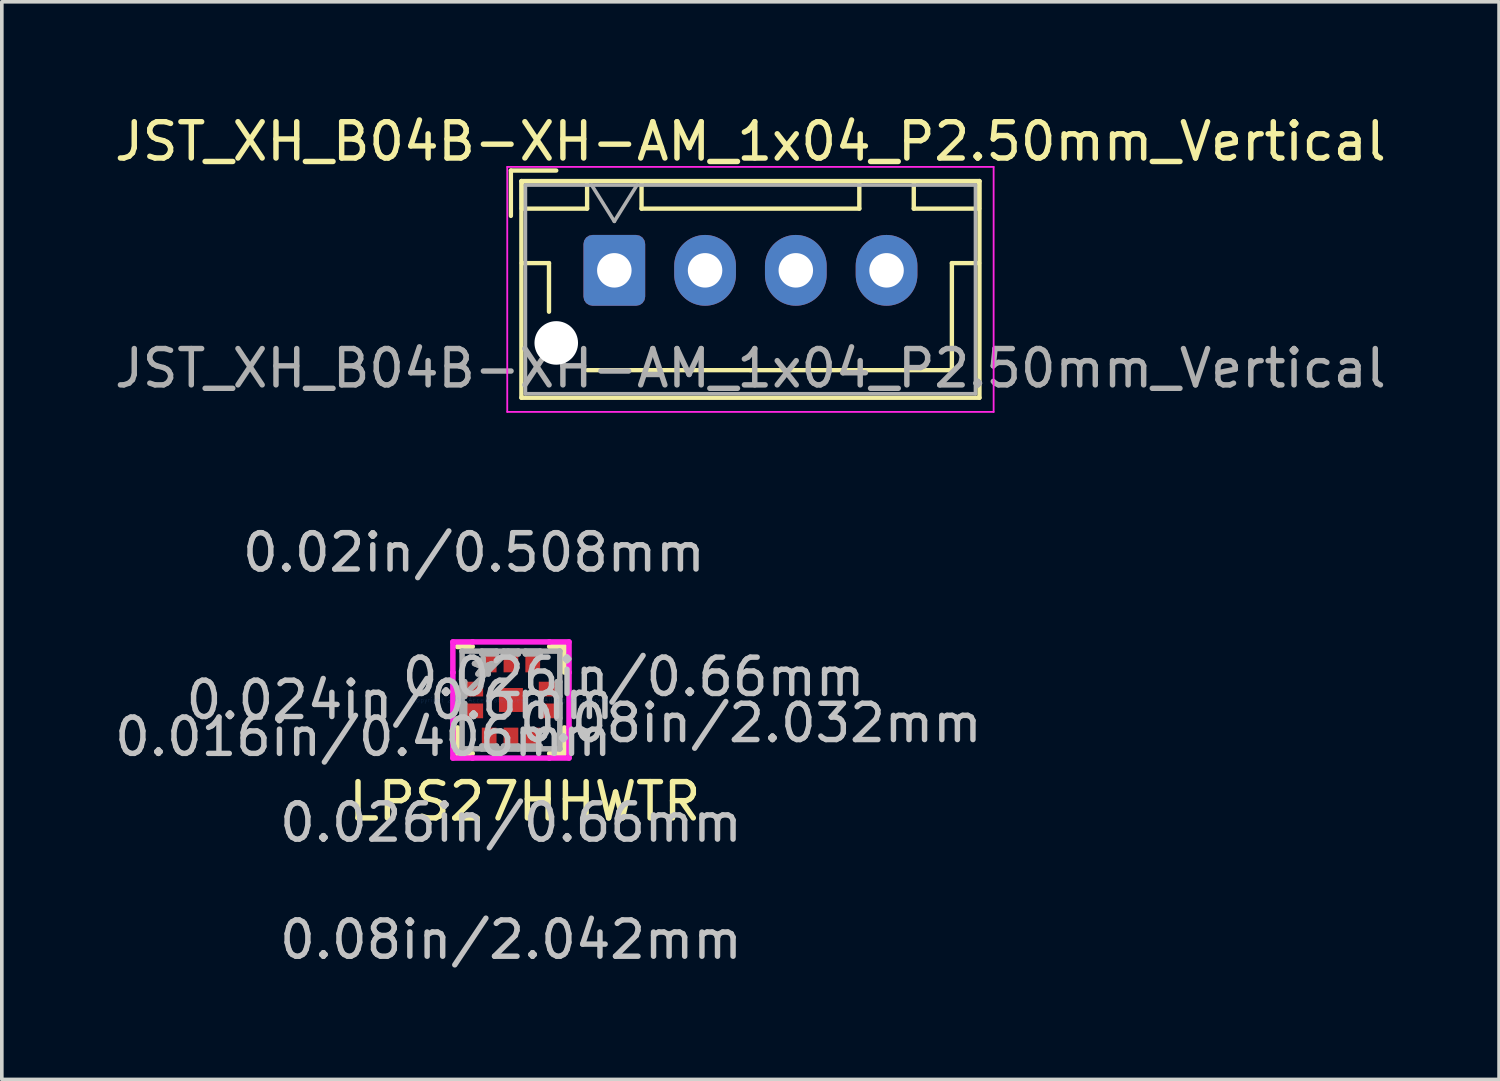
<source format=kicad_pcb>
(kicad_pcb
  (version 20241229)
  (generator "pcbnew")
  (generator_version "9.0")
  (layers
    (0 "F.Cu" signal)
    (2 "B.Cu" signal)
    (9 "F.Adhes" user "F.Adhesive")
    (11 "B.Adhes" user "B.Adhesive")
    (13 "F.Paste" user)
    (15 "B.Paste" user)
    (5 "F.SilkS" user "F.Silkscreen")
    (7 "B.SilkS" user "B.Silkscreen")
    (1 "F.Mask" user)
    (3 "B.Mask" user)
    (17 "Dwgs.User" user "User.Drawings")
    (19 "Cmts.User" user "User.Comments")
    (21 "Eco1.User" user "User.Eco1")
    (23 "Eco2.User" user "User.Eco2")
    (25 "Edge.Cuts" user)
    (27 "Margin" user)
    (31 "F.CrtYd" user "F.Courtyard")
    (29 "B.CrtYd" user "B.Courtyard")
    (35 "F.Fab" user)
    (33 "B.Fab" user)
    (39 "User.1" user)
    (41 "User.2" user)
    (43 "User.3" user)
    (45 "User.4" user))
  (footprint "LPS27HHWTR"
    (layer "F.Cu")
    (at 11.027 16.235)
    (property "Reference" "LPS27HHWTR" (at 0.381 2.794 0) (layer "F.SilkS") (effects (font (size 1 1) (thickness 0.15))))
    (attr through_hole)
    (fp_line (start -1.473 0.77) (end -1.473 1.473) (stroke (width 0.152) (type solid)) (layer "F.SilkS"))
    (fp_line (start -1.473 1.473) (end -1.067 1.473) (stroke (width 0.152) (type solid)) (layer "F.SilkS"))
    (fp_line (start -1.067 -1.473) (end -1.473 -1.473) (stroke (width 0.152) (type solid)) (layer "F.SilkS"))
    (fp_line (start 1.067 1.473) (end 1.473 1.473) (stroke (width 0.152) (type solid)) (layer "F.SilkS"))
    (fp_line (start 1.473 -1.473) (end 1.067 -1.473) (stroke (width 0.152) (type solid)) (layer "F.SilkS"))
    (fp_line (start 1.473 -0.77) (end 1.473 -1.473) (stroke (width 0.152) (type solid)) (layer "F.SilkS"))
    (fp_line (start 1.473 1.473) (end 1.473 0.77) (stroke (width 0.152) (type solid)) (layer "F.SilkS"))
    (fp_line (start -1.6 -1.6) (end -1.057 -1.6) (stroke (width 0.152) (type solid)) (layer "F.CrtYd"))
    (fp_line (start -1.6 -0.757) (end -1.6 -1.6) (stroke (width 0.152) (type solid)) (layer "F.CrtYd"))
    (fp_line (start -1.6 -0.757) (end -1.6 -0.757) (stroke (width 0.152) (type solid)) (layer "F.CrtYd"))
    (fp_line (start -1.6 0.757) (end -1.6 -0.757) (stroke (width 0.152) (type solid)) (layer "F.CrtYd"))
    (fp_line (start -1.6 0.757) (end -1.6 0.757) (stroke (width 0.152) (type solid)) (layer "F.CrtYd"))
    (fp_line (start -1.6 1.6) (end -1.6 0.757) (stroke (width 0.152) (type solid)) (layer "F.CrtYd"))
    (fp_line (start -1.057 -1.6) (end -1.057 -1.6) (stroke (width 0.152) (type solid)) (layer "F.CrtYd"))
    (fp_line (start -1.057 -1.6) (end 1.057 -1.6) (stroke (width 0.152) (type solid)) (layer "F.CrtYd"))
    (fp_line (start -1.057 1.6) (end -1.6 1.6) (stroke (width 0.152) (type solid)) (layer "F.CrtYd"))
    (fp_line (start -1.057 1.6) (end -1.057 1.6) (stroke (width 0.152) (type solid)) (layer "F.CrtYd"))
    (fp_line (start 1.057 -1.6) (end 1.057 -1.6) (stroke (width 0.152) (type solid)) (layer "F.CrtYd"))
    (fp_line (start 1.057 -1.6) (end 1.6 -1.6) (stroke (width 0.152) (type solid)) (layer "F.CrtYd"))
    (fp_line (start 1.057 1.6) (end -1.057 1.6) (stroke (width 0.152) (type solid)) (layer "F.CrtYd"))
    (fp_line (start 1.057 1.6) (end 1.057 1.6) (stroke (width 0.152) (type solid)) (layer "F.CrtYd"))
    (fp_line (start 1.6 -1.6) (end 1.6 -0.757) (stroke (width 0.152) (type solid)) (layer "F.CrtYd"))
    (fp_line (start 1.6 -0.757) (end 1.6 -0.757) (stroke (width 0.152) (type solid)) (layer "F.CrtYd"))
    (fp_line (start 1.6 -0.757) (end 1.6 0.757) (stroke (width 0.152) (type solid)) (layer "F.CrtYd"))
    (fp_line (start 1.6 0.757) (end 1.6 0.757) (stroke (width 0.152) (type solid)) (layer "F.CrtYd"))
    (fp_line (start 1.6 0.757) (end 1.6 1.6) (stroke (width 0.152) (type solid)) (layer "F.CrtYd"))
    (fp_line (start 1.6 1.6) (end 1.057 1.6) (stroke (width 0.152) (type solid)) (layer "F.CrtYd"))
    (fp_line (start -1.346 -1.346) (end -1.346 -1.346) (stroke (width 0.152) (type solid)) (layer "F.Fab"))
    (fp_line (start -1.346 -1.346) (end -1.346 1.346) (stroke (width 0.152) (type solid)) (layer "F.Fab"))
    (fp_line (start -1.346 -0.503) (end -1.275 -0.503) (stroke (width 0.152) (type solid)) (layer "F.Fab"))
    (fp_line (start -1.346 -0.097) (end -1.346 -0.503) (stroke (width 0.152) (type solid)) (layer "F.Fab"))
    (fp_line (start -1.346 -0.076) (end -0.076 -1.346) (stroke (width 0.152) (type solid)) (layer "F.Fab"))
    (fp_line (start -1.346 0.097) (end -1.275 0.097) (stroke (width 0.152) (type solid)) (layer "F.Fab"))
    (fp_line (start -1.346 0.503) (end -1.346 0.097) (stroke (width 0.152) (type solid)) (layer "F.Fab"))
    (fp_line (start -1.346 1.346) (end -1.346 1.346) (stroke (width 0.152) (type solid)) (layer "F.Fab"))
    (fp_line (start -1.346 1.346) (end 1.346 1.346) (stroke (width 0.152) (type solid)) (layer "F.Fab"))
    (fp_line (start -1.275 -0.503) (end -1.275 -0.097) (stroke (width 0.152) (type solid)) (layer "F.Fab"))
    (fp_line (start -1.275 -0.097) (end -1.346 -0.097) (stroke (width 0.152) (type solid)) (layer "F.Fab"))
    (fp_line (start -1.275 0.097) (end -1.275 0.503) (stroke (width 0.152) (type solid)) (layer "F.Fab"))
    (fp_line (start -1.275 0.503) (end -1.346 0.503) (stroke (width 0.152) (type solid)) (layer "F.Fab"))
    (fp_line (start -0.803 -1.346) (end -0.397 -1.346) (stroke (width 0.152) (type solid)) (layer "F.Fab"))
    (fp_line (start -0.803 -1.27) (end -0.803 -1.346) (stroke (width 0.152) (type solid)) (layer "F.Fab"))
    (fp_line (start -0.803 1.27) (end -0.397 1.27) (stroke (width 0.152) (type solid)) (layer "F.Fab"))
    (fp_line (start -0.803 1.346) (end -0.803 1.27) (stroke (width 0.152) (type solid)) (layer "F.Fab"))
    (fp_line (start -0.397 -1.346) (end -0.397 -1.27) (stroke (width 0.152) (type solid)) (layer "F.Fab"))
    (fp_line (start -0.397 -1.27) (end -0.803 -1.27) (stroke (width 0.152) (type solid)) (layer "F.Fab"))
    (fp_line (start -0.397 1.27) (end -0.397 1.346) (stroke (width 0.152) (type solid)) (layer "F.Fab"))
    (fp_line (start -0.397 1.346) (end -0.803 1.346) (stroke (width 0.152) (type solid)) (layer "F.Fab"))
    (fp_line (start -0.203 -1.346) (end 0.203 -1.346) (stroke (width 0.152) (type solid)) (layer "F.Fab"))
    (fp_line (start -0.203 -1.27) (end -0.203 -1.346) (stroke (width 0.152) (type solid)) (layer "F.Fab"))
    (fp_line (start -0.203 1.27) (end 0.203 1.27) (stroke (width 0.152) (type solid)) (layer "F.Fab"))
    (fp_line (start -0.203 1.346) (end -0.203 1.27) (stroke (width 0.152) (type solid)) (layer "F.Fab"))
    (fp_line (start 0.203 -1.346) (end 0.203 -1.27) (stroke (width 0.152) (type solid)) (layer "F.Fab"))
    (fp_line (start 0.203 -1.27) (end -0.203 -1.27) (stroke (width 0.152) (type solid)) (layer "F.Fab"))
    (fp_line (start 0.203 1.27) (end 0.203 1.346) (stroke (width 0.152) (type solid)) (layer "F.Fab"))
    (fp_line (start 0.203 1.346) (end -0.203 1.346) (stroke (width 0.152) (type solid)) (layer "F.Fab"))
    (fp_line (start 0.397 -1.346) (end 0.803 -1.346) (stroke (width 0.152) (type solid)) (layer "F.Fab"))
    (fp_line (start 0.397 -1.27) (end 0.397 -1.346) (stroke (width 0.152) (type solid)) (layer "F.Fab"))
    (fp_line (start 0.397 1.27) (end 0.803 1.27) (stroke (width 0.152) (type solid)) (layer "F.Fab"))
    (fp_line (start 0.397 1.346) (end 0.397 1.27) (stroke (width 0.152) (type solid)) (layer "F.Fab"))
    (fp_line (start 0.803 -1.346) (end 0.803 -1.27) (stroke (width 0.152) (type solid)) (layer "F.Fab"))
    (fp_line (start 0.803 -1.27) (end 0.397 -1.27) (stroke (width 0.152) (type solid)) (layer "F.Fab"))
    (fp_line (start 0.803 1.27) (end 0.803 1.346) (stroke (width 0.152) (type solid)) (layer "F.Fab"))
    (fp_line (start 0.803 1.346) (end 0.397 1.346) (stroke (width 0.152) (type solid)) (layer "F.Fab"))
    (fp_line (start 1.275 -0.503) (end 1.346 -0.503) (stroke (width 0.152) (type solid)) (layer "F.Fab"))
    (fp_line (start 1.275 -0.097) (end 1.275 -0.503) (stroke (width 0.152) (type solid)) (layer "F.Fab"))
    (fp_line (start 1.275 0.097) (end 1.346 0.097) (stroke (width 0.152) (type solid)) (layer "F.Fab"))
    (fp_line (start 1.275 0.503) (end 1.275 0.097) (stroke (width 0.152) (type solid)) (layer "F.Fab"))
    (fp_line (start 1.346 -1.346) (end -1.346 -1.346) (stroke (width 0.152) (type solid)) (layer "F.Fab"))
    (fp_line (start 1.346 -1.346) (end 1.346 -1.346) (stroke (width 0.152) (type solid)) (layer "F.Fab"))
    (fp_line (start 1.346 -0.503) (end 1.346 -0.097) (stroke (width 0.152) (type solid)) (layer "F.Fab"))
    (fp_line (start 1.346 -0.097) (end 1.275 -0.097) (stroke (width 0.152) (type solid)) (layer "F.Fab"))
    (fp_line (start 1.346 0.097) (end 1.346 0.503) (stroke (width 0.152) (type solid)) (layer "F.Fab"))
    (fp_line (start 1.346 0.503) (end 1.275 0.503) (stroke (width 0.152) (type solid)) (layer "F.Fab"))
    (fp_line (start 1.346 1.346) (end 1.346 -1.346) (stroke (width 0.152) (type solid)) (layer "F.Fab"))
    (fp_line (start 1.346 1.346) (end 1.346 1.346) (stroke (width 0.152) (type solid)) (layer "F.Fab"))
    (fp_text user "0.02in/0.508mm" (at -1.021 -4.064 0) (layer "Dwgs.User") (effects (font (size 1 1) (thickness 0.15))))
    (fp_text user "0.08in/2.032mm" (at 6.609 0.635 0) (layer "Dwgs.User") (effects (font (size 1 1) (thickness 0.15))))
    (fp_text user "0.08in/2.042mm" (at 0 6.604 0) (layer "Dwgs.User") (effects (font (size 1 1) (thickness 0.15))))
    (fp_text user "0.024in/0.6mm" (at -3.053 0 0) (layer "Dwgs.User") (effects (font (size 1 1) (thickness 0.15))))
    (fp_text user "0.016in/0.406mm" (at -4.069 1.016 0) (layer "Dwgs.User") (effects (font (size 1 1) (thickness 0.15))))
    (fp_text user "0.026in/0.66mm" (at 0 3.378 0) (layer "Dwgs.User") (effects (font (size 1 1) (thickness 0.15))))
    (fp_text user "0.026in/0.66mm" (at 3.378 -0.635 0) (layer "Dwgs.User") (effects (font (size 1 1) (thickness 0.15))))
    (fp_text user "Copyright 2016 Accelerated Designs. All rights reserved." (at 0 0 0) (layer "Cmts.User") (effects (font (size 0.127 0.127) (thickness 0.002))))
    (fp_text user "*" (at -0.767 -0.6 0) (layer "F.Fab") (effects (font (size 1 1) (thickness 0.15))))
    (fp_text user "*" (at -0.767 -0.6 0) (layer "F.Fab") (effects (font (size 1 1) (thickness 0.15))))
    (pad "1" smd rect (at -1.021 -0.3 90) (size 0.406 0.508) (layers "F.Cu" "F.Mask" "F.Paste"))
    (pad "2" smd rect (at -1.021 0.3 90) (size 0.406 0.508) (layers "F.Cu" "F.Mask" "F.Paste"))
    (pad "3" smd rect (at -0.6 1.016) (size 0.406 0.508) (layers "F.Cu" "F.Mask" "F.Paste"))
    (pad "4" smd rect (at 0 1.016) (size 0.406 0.508) (layers "F.Cu" "F.Mask" "F.Paste"))
    (pad "5" smd rect (at 0.6 1.016) (size 0.406 0.508) (layers "F.Cu" "F.Mask" "F.Paste"))
    (pad "6" smd rect (at 1.021 0.3 90) (size 0.406 0.508) (layers "F.Cu" "F.Mask" "F.Paste"))
    (pad "7" smd rect (at 1.021 -0.3 90) (size 0.406 0.508) (layers "F.Cu" "F.Mask" "F.Paste"))
    (pad "8" smd rect (at 0.6 -1.016) (size 0.406 0.508) (layers "F.Cu" "F.Mask" "F.Paste"))
    (pad "9" smd rect (at 0 -1.016) (size 0.406 0.508) (layers "F.Cu" "F.Mask" "F.Paste"))
    (pad "10" smd rect (at -0.6 -1.016) (size 0.406 0.508) (layers "F.Cu" "F.Mask" "F.Paste"))
    (pad "11" smd rect (at 0 0) (size 0.66 0.66) (layers "F.Cu" "F.Mask" "F.Paste")))
  (footprint "JST_XH_B04B-XH-AM_1x04_P2.50mm_Vertical"
    (layer "F.Cu")
    (at 13.875 4.398)
    (property "Reference" "JST_XH_B04B-XH-AM_1x04_P2.50mm_Vertical" (at 3.75 -3.55 0) (layer "F.SilkS") (effects (font (size 1 1) (thickness 0.15))))
    (attr through_hole)
    (fp_line (start -2.85 -2.75) (end -2.85 -1.5) (stroke (width 0.12) (type solid)) (layer "F.SilkS"))
    (fp_line (start -2.56 -2.46) (end -2.56 3.51) (stroke (width 0.12) (type solid)) (layer "F.SilkS"))
    (fp_line (start -2.56 3.51) (end 10.06 3.51) (stroke (width 0.12) (type solid)) (layer "F.SilkS"))
    (fp_line (start -2.55 -2.45) (end -2.55 -1.7) (stroke (width 0.12) (type solid)) (layer "F.SilkS"))
    (fp_line (start -2.55 -1.7) (end -0.75 -1.7) (stroke (width 0.12) (type solid)) (layer "F.SilkS"))
    (fp_line (start -2.55 -0.2) (end -1.8 -0.2) (stroke (width 0.12) (type solid)) (layer "F.SilkS"))
    (fp_line (start -1.8 -0.2) (end -1.8 1.14) (stroke (width 0.12) (type solid)) (layer "F.SilkS"))
    (fp_line (start -1.6 -2.75) (end -2.85 -2.75) (stroke (width 0.12) (type solid)) (layer "F.SilkS"))
    (fp_line (start -0.75 -2.45) (end -2.55 -2.45) (stroke (width 0.12) (type solid)) (layer "F.SilkS"))
    (fp_line (start -0.75 -1.7) (end -0.75 -2.45) (stroke (width 0.12) (type solid)) (layer "F.SilkS"))
    (fp_line (start 0.75 -2.45) (end 0.75 -1.7) (stroke (width 0.12) (type solid)) (layer "F.SilkS"))
    (fp_line (start 0.75 -1.7) (end 6.75 -1.7) (stroke (width 0.12) (type solid)) (layer "F.SilkS"))
    (fp_line (start 3.75 2.75) (end -0.74 2.75) (stroke (width 0.12) (type solid)) (layer "F.SilkS"))
    (fp_line (start 6.75 -2.45) (end 0.75 -2.45) (stroke (width 0.12) (type solid)) (layer "F.SilkS"))
    (fp_line (start 6.75 -1.7) (end 6.75 -2.45) (stroke (width 0.12) (type solid)) (layer "F.SilkS"))
    (fp_line (start 8.25 -2.45) (end 8.25 -1.7) (stroke (width 0.12) (type solid)) (layer "F.SilkS"))
    (fp_line (start 8.25 -1.7) (end 10.05 -1.7) (stroke (width 0.12) (type solid)) (layer "F.SilkS"))
    (fp_line (start 9.3 -0.2) (end 9.3 2.75) (stroke (width 0.12) (type solid)) (layer "F.SilkS"))
    (fp_line (start 9.3 2.75) (end 3.75 2.75) (stroke (width 0.12) (type solid)) (layer "F.SilkS"))
    (fp_line (start 10.05 -2.45) (end 8.25 -2.45) (stroke (width 0.12) (type solid)) (layer "F.SilkS"))
    (fp_line (start 10.05 -1.7) (end 10.05 -2.45) (stroke (width 0.12) (type solid)) (layer "F.SilkS"))
    (fp_line (start 10.05 -0.2) (end 9.3 -0.2) (stroke (width 0.12) (type solid)) (layer "F.SilkS"))
    (fp_line (start 10.06 -2.46) (end -2.56 -2.46) (stroke (width 0.12) (type solid)) (layer "F.SilkS"))
    (fp_line (start 10.06 3.51) (end 10.06 -2.46) (stroke (width 0.12) (type solid)) (layer "F.SilkS"))
    (fp_line (start -2.95 -2.85) (end -2.95 3.9) (stroke (width 0.05) (type solid)) (layer "F.CrtYd"))
    (fp_line (start -2.95 3.9) (end 10.45 3.9) (stroke (width 0.05) (type solid)) (layer "F.CrtYd"))
    (fp_line (start 10.45 -2.85) (end -2.95 -2.85) (stroke (width 0.05) (type solid)) (layer "F.CrtYd"))
    (fp_line (start 10.45 3.9) (end 10.45 -2.85) (stroke (width 0.05) (type solid)) (layer "F.CrtYd"))
    (fp_line (start -2.45 -2.35) (end -2.45 3.4) (stroke (width 0.1) (type solid)) (layer "F.Fab"))
    (fp_line (start -2.45 3.4) (end 9.95 3.4) (stroke (width 0.1) (type solid)) (layer "F.Fab"))
    (fp_line (start -0.625 -2.35) (end 0 -1.35) (stroke (width 0.1) (type solid)) (layer "F.Fab"))
    (fp_line (start 0 -1.35) (end 0.625 -2.35) (stroke (width 0.1) (type solid)) (layer "F.Fab"))
    (fp_line (start 9.95 -2.35) (end -2.45 -2.35) (stroke (width 0.1) (type solid)) (layer "F.Fab"))
    (fp_line (start 9.95 3.4) (end 9.95 -2.35) (stroke (width 0.1) (type solid)) (layer "F.Fab"))
    (fp_text user "${REFERENCE}" (at 3.75 2.7 0) (layer "F.Fab") (effects (font (size 1 1) (thickness 0.15))))
    (pad "" np_thru_hole circle (at -1.6 2) (size 1.2 1.2) (drill 1.2) (layers "*.Cu" "*.Mask"))
    (pad "1" thru_hole roundrect (at 0 0) (size 1.7 1.95) (drill 0.95) (layers "*.Cu" "*.Mask") (roundrect_rratio 0.147))
    (pad "2" thru_hole oval (at 2.5 0) (size 1.7 1.95) (drill 0.95) (layers "*.Cu" "*.Mask"))
    (pad "3" thru_hole oval (at 5 0) (size 1.7 1.95) (drill 0.95) (layers "*.Cu" "*.Mask"))
    (pad "4" thru_hole oval (at 7.5 0) (size 1.7 1.95) (drill 0.95) (layers "*.Cu" "*.Mask")))
  (gr_rect
    (start -3 -3)
    (end 38.25 26.688)
    (stroke (width 0.1) (type default))
    (fill no)
    (layer "Edge.Cuts")))
</source>
